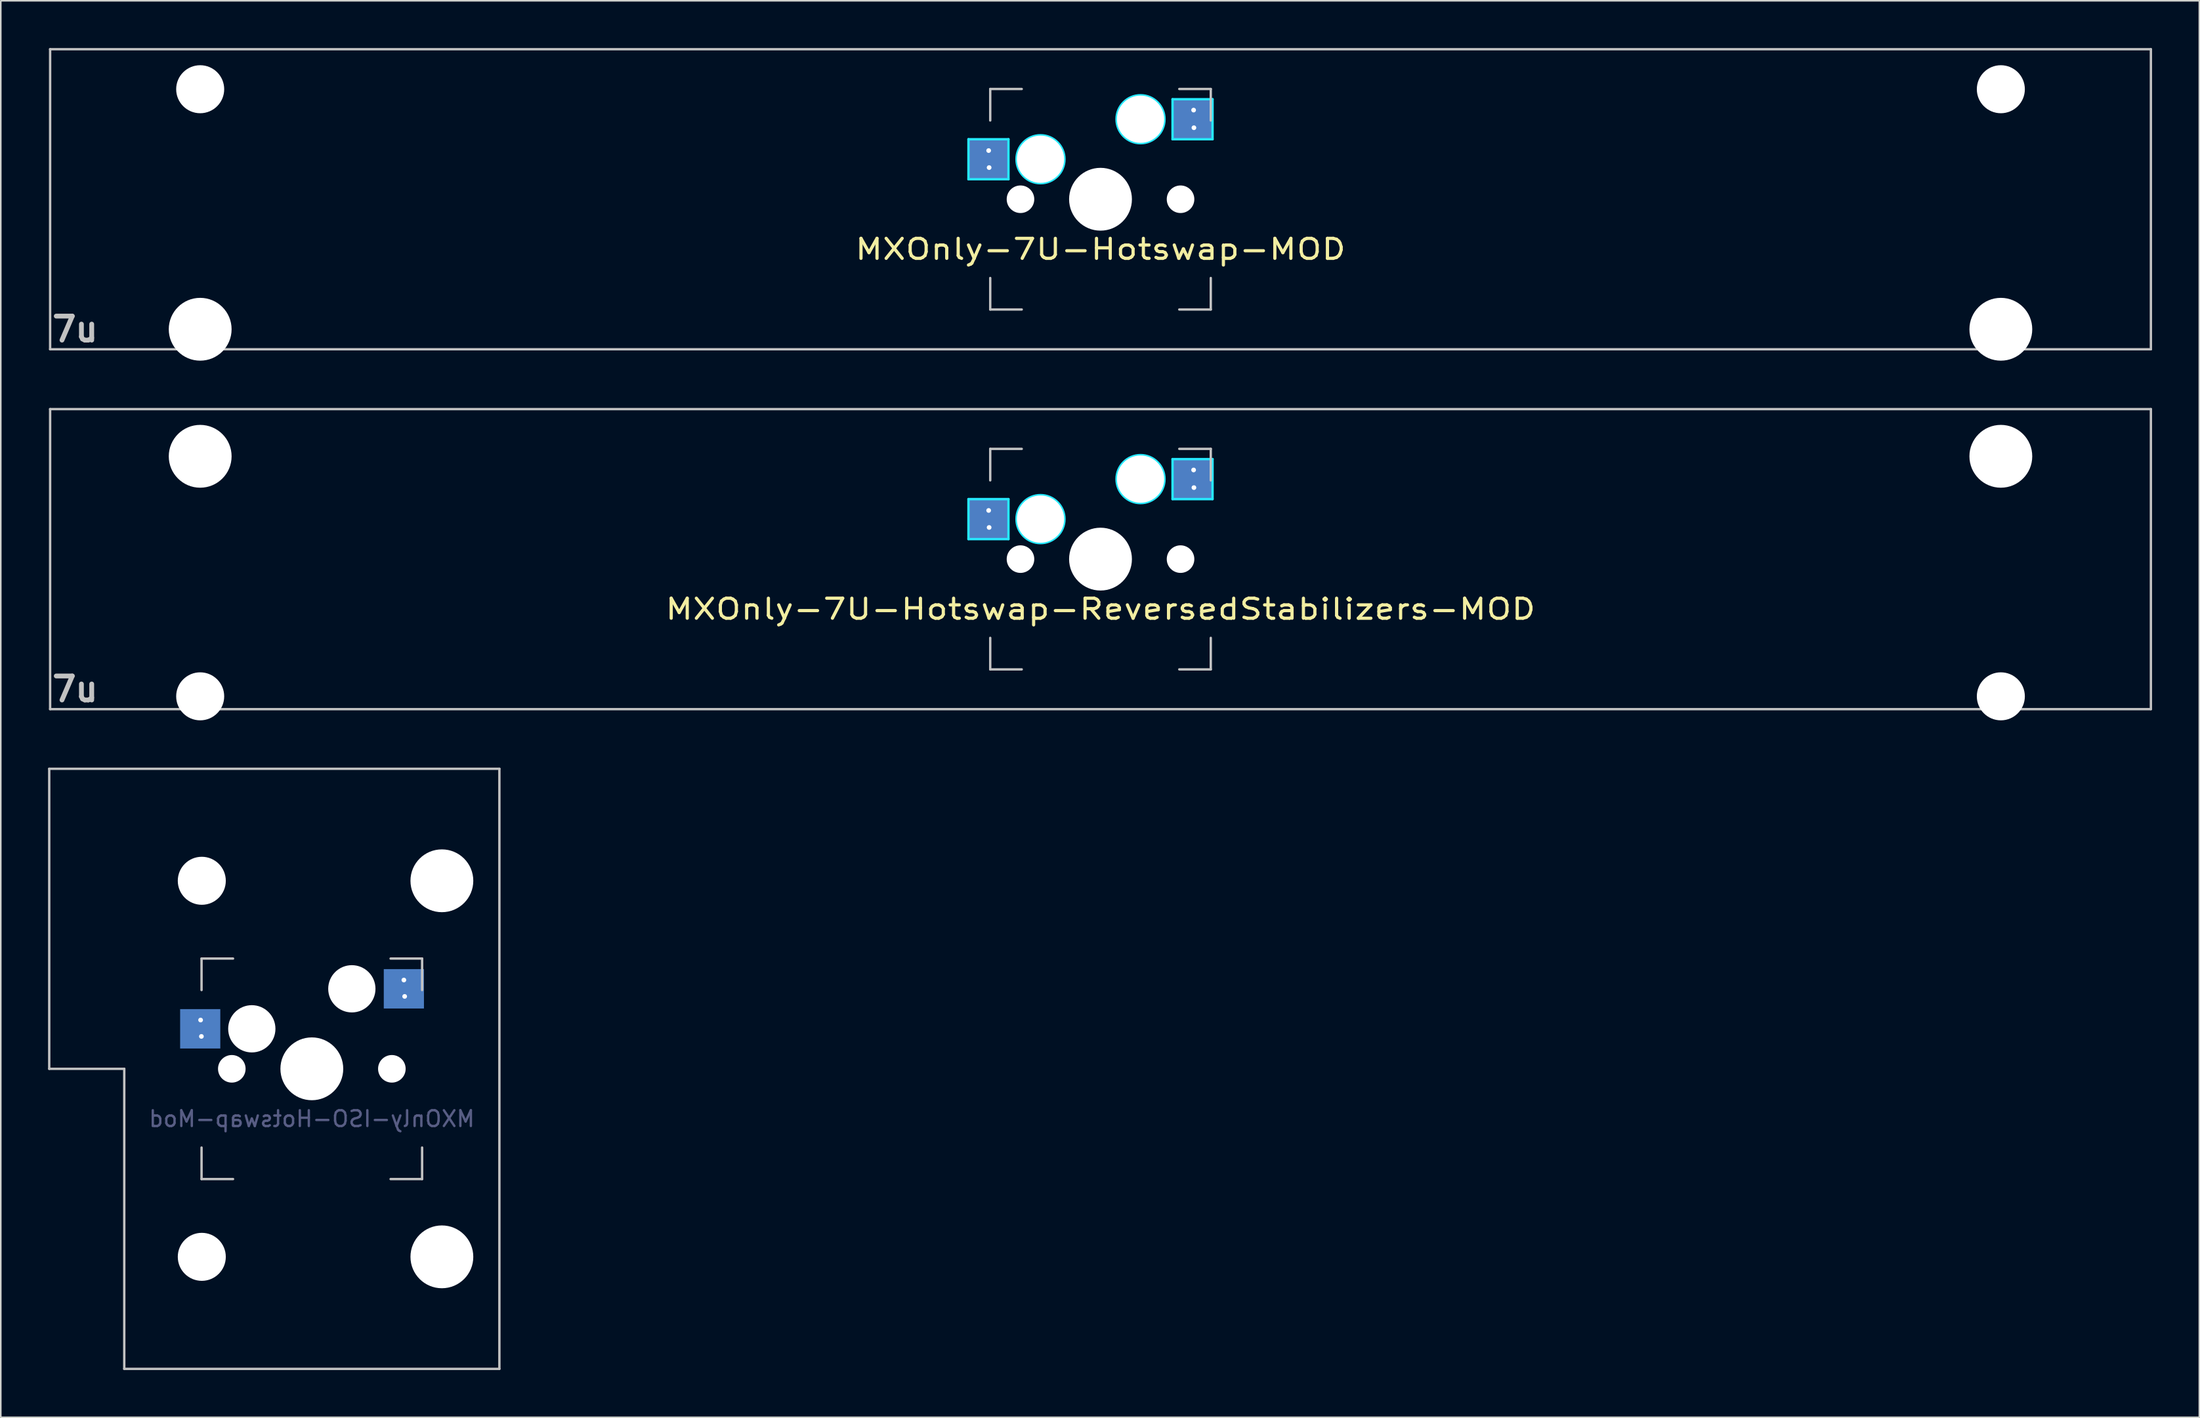
<source format=kicad_pcb>
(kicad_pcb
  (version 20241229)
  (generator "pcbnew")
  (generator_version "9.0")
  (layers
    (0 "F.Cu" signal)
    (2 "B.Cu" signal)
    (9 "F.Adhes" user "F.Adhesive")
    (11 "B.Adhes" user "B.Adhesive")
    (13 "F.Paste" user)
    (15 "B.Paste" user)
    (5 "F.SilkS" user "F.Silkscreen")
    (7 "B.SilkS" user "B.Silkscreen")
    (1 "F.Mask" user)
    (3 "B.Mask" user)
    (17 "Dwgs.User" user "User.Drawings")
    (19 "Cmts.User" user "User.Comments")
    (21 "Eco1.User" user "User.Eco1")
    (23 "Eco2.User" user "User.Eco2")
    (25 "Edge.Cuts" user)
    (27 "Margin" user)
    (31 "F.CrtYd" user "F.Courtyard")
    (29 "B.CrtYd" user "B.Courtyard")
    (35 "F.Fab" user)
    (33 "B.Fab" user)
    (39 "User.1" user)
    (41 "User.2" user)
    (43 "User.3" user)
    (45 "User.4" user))
  (footprint "MXOnly-7U-Hotswap-MOD"
    (layer "F.Cu")
    (at 66.807 9.6)
    (property "Reference" "MXOnly-7U-Hotswap-MOD" (at 0 3.175 0) (layer "F.SilkS") (effects (font (size 1.27 1.524) (thickness 0.203))))
    (attr smd)
    (fp_line (start -66.675 -9.525) (end 66.675 -9.525) (stroke (width 0.15) (type solid)) (layer "Dwgs.User"))
    (fp_line (start -66.675 9.525) (end -66.675 -9.525) (stroke (width 0.15) (type solid)) (layer "Dwgs.User"))
    (fp_line (start -7 -7) (end -7 -5) (stroke (width 0.15) (type solid)) (layer "Dwgs.User"))
    (fp_line (start -7 5) (end -7 7) (stroke (width 0.15) (type solid)) (layer "Dwgs.User"))
    (fp_line (start -7 7) (end -5 7) (stroke (width 0.15) (type solid)) (layer "Dwgs.User"))
    (fp_line (start -5 -7) (end -7 -7) (stroke (width 0.15) (type solid)) (layer "Dwgs.User"))
    (fp_line (start 5 -7) (end 7 -7) (stroke (width 0.15) (type solid)) (layer "Dwgs.User"))
    (fp_line (start 5 7) (end 7 7) (stroke (width 0.15) (type solid)) (layer "Dwgs.User"))
    (fp_line (start 7 -7) (end 7 -5) (stroke (width 0.15) (type solid)) (layer "Dwgs.User"))
    (fp_line (start 7 7) (end 7 5) (stroke (width 0.15) (type solid)) (layer "Dwgs.User"))
    (fp_line (start 66.675 -9.525) (end 66.675 9.525) (stroke (width 0.15) (type solid)) (layer "Dwgs.User"))
    (fp_line (start 66.675 9.525) (end -66.675 9.525) (stroke (width 0.15) (type solid)) (layer "Dwgs.User"))
    (fp_line (start -8.382 -3.81) (end -5.842 -3.81) (stroke (width 0.15) (type solid)) (layer "B.CrtYd"))
    (fp_line (start -8.382 -1.27) (end -8.382 -3.81) (stroke (width 0.15) (type solid)) (layer "B.CrtYd"))
    (fp_line (start -5.842 -3.81) (end -5.842 -1.27) (stroke (width 0.15) (type solid)) (layer "B.CrtYd"))
    (fp_line (start -5.842 -1.27) (end -8.382 -1.27) (stroke (width 0.15) (type solid)) (layer "B.CrtYd"))
    (fp_line (start 4.572 -6.35) (end 7.112 -6.35) (stroke (width 0.15) (type solid)) (layer "B.CrtYd"))
    (fp_line (start 4.572 -3.81) (end 4.572 -6.35) (stroke (width 0.15) (type solid)) (layer "B.CrtYd"))
    (fp_line (start 7.112 -6.35) (end 7.112 -3.81) (stroke (width 0.15) (type solid)) (layer "B.CrtYd"))
    (fp_line (start 7.112 -3.81) (end 4.572 -3.81) (stroke (width 0.15) (type solid)) (layer "B.CrtYd"))
    (fp_circle (center -3.81 -2.54) (end -3.81 -4.064) (stroke (width 0.15) (type solid)) (fill no) (layer "B.CrtYd"))
    (fp_circle (center 2.54 -5.08) (end 2.54 -6.604) (stroke (width 0.15) (type solid)) (fill no) (layer "B.CrtYd"))
    (fp_text user "7u" (at -65.088 8.255 0) (layer "Dwgs.User") (effects (font (size 1.524 1.524) (thickness 0.305))))
    (pad "" np_thru_hole circle (at -57.15 -6.985) (size 3.048 3.048) (drill 3.048) (layers "*.Cu" "*.Mask"))
    (pad "" np_thru_hole circle (at -57.15 8.255) (size 3.988 3.988) (drill 3.988) (layers "*.Cu" "*.Mask"))
    (pad "" np_thru_hole circle (at -5.08 0 48.1) (size 1.75 1.75) (drill 1.75) (layers "*.Cu" "*.Mask"))
    (pad "" np_thru_hole circle (at -3.81 -2.54) (size 3 3) (drill 3) (layers "*.Cu" "*.Mask"))
    (pad "" np_thru_hole circle (at 0 0) (size 3.988 3.988) (drill 3.988) (layers "*.Cu" "*.Mask"))
    (pad "" np_thru_hole circle (at 2.54 -5.08) (size 3 3) (drill 3) (layers "*.Cu" "*.Mask"))
    (pad "" np_thru_hole circle (at 5.08 0 48.1) (size 1.75 1.75) (drill 1.75) (layers "*.Cu" "*.Mask"))
    (pad "" np_thru_hole circle (at 57.15 -6.985) (size 3.048 3.048) (drill 3.048) (layers "*.Cu" "*.Mask"))
    (pad "" np_thru_hole circle (at 57.15 8.255) (size 3.988 3.988) (drill 3.988) (layers "*.Cu" "*.Mask"))
    (pad "1" thru_hole circle (at -7.1 -3.09) (size 0.6 0.6) (drill 0.3) (layers "*.Cu" "*.Mask"))
    (pad "1" smd rect (at -7.085 -2.54) (size 2.55 2.5) (layers "B.Cu" "B.Mask" "B.Paste"))
    (pad "1" thru_hole circle (at -7.07 -2.01) (size 0.6 0.6) (drill 0.3) (layers "*.Cu" "*.Mask"))
    (pad "2" smd rect (at 5.842 -5.08) (size 2.55 2.5) (layers "B.Cu" "B.Mask" "B.Paste"))
    (pad "2" thru_hole circle (at 5.91 -5.66) (size 0.6 0.6) (drill 0.3) (layers "*.Cu" "*.Mask"))
    (pad "2" thru_hole circle (at 5.93 -4.54) (size 0.6 0.6) (drill 0.3) (layers "*.Cu" "*.Mask")))
  (footprint "MXOnly-ISO-Hotswap-Mod"
    (layer "F.Cu")
    (at 16.744 64.81)
    (property "Reference" "MXOnly-ISO-Hotswap-Mod" (at 0 3.175 0) (layer "B.Fab") (effects (font (size 1 1) (thickness 0.15)) (justify mirror)))
    (attr through_hole)
    (fp_line (start -16.669 -19.05) (end -16.669 0) (stroke (width 0.15) (type solid)) (layer "Dwgs.User"))
    (fp_line (start -16.669 -19.05) (end 11.906 -19.05) (stroke (width 0.15) (type solid)) (layer "Dwgs.User"))
    (fp_line (start -11.906 0) (end -16.669 0) (stroke (width 0.15) (type solid)) (layer "Dwgs.User"))
    (fp_line (start -11.906 19.05) (end -11.906 0) (stroke (width 0.15) (type solid)) (layer "Dwgs.User"))
    (fp_line (start -11.906 19.05) (end 11.906 19.05) (stroke (width 0.15) (type solid)) (layer "Dwgs.User"))
    (fp_line (start -7 -7) (end -7 -5) (stroke (width 0.15) (type solid)) (layer "Dwgs.User"))
    (fp_line (start -7 5) (end -7 7) (stroke (width 0.15) (type solid)) (layer "Dwgs.User"))
    (fp_line (start -7 7) (end -5 7) (stroke (width 0.15) (type solid)) (layer "Dwgs.User"))
    (fp_line (start -5 -7) (end -7 -7) (stroke (width 0.15) (type solid)) (layer "Dwgs.User"))
    (fp_line (start 5 -7) (end 7 -7) (stroke (width 0.15) (type solid)) (layer "Dwgs.User"))
    (fp_line (start 5 7) (end 7 7) (stroke (width 0.15) (type solid)) (layer "Dwgs.User"))
    (fp_line (start 7 -7) (end 7 -5) (stroke (width 0.15) (type solid)) (layer "Dwgs.User"))
    (fp_line (start 7 7) (end 7 5) (stroke (width 0.15) (type solid)) (layer "Dwgs.User"))
    (fp_line (start 11.906 -19.05) (end 11.906 19.05) (stroke (width 0.15) (type solid)) (layer "Dwgs.User"))
    (pad "" np_thru_hole circle (at -6.985 -11.938) (size 3.048 3.048) (drill 3.048) (layers "*.Cu" "*.Mask"))
    (pad "" np_thru_hole circle (at -6.985 11.938) (size 3.048 3.048) (drill 3.048) (layers "*.Cu" "*.Mask"))
    (pad "" np_thru_hole circle (at -5.08 0 48.1) (size 1.75 1.75) (drill 1.75) (layers "*.Cu" "*.Mask"))
    (pad "" np_thru_hole circle (at -3.81 -2.54) (size 3 3) (drill 3) (layers "*.Cu" "*.Mask"))
    (pad "" np_thru_hole circle (at 0 0) (size 3.988 3.988) (drill 3.988) (layers "*.Cu" "*.Mask"))
    (pad "" np_thru_hole circle (at 2.54 -5.08) (size 3 3) (drill 3) (layers "*.Cu" "*.Mask"))
    (pad "" np_thru_hole circle (at 5.08 0 48.1) (size 1.75 1.75) (drill 1.75) (layers "*.Cu" "*.Mask"))
    (pad "" np_thru_hole circle (at 8.255 -11.938) (size 3.988 3.988) (drill 3.988) (layers "*.Cu" "*.Mask"))
    (pad "" np_thru_hole circle (at 8.255 11.938) (size 3.988 3.988) (drill 3.988) (layers "*.Cu" "*.Mask"))
    (pad "1" smd rect (at -7.085 -2.54) (size 2.55 2.5) (layers "B.Cu" "B.Mask" "B.Paste"))
    (pad "1" thru_hole circle (at -7.06 -3.097) (size 0.6 0.6) (drill 0.3) (layers "*.Cu" "*.Mask"))
    (pad "1" thru_hole circle (at -7.01 -2.057) (size 0.6 0.6) (drill 0.3) (layers "*.Cu" "*.Mask"))
    (pad "2" smd rect (at 5.842 -5.08) (size 2.55 2.5) (layers "B.Cu" "B.Mask" "B.Paste"))
    (pad "2" thru_hole circle (at 5.843 -5.637) (size 0.6 0.6) (drill 0.3) (layers "*.Cu" "*.Mask"))
    (pad "2" thru_hole circle (at 5.893 -4.597) (size 0.6 0.6) (drill 0.3) (layers "*.Cu" "*.Mask")))
  (footprint "MXOnly-7U-Hotswap-ReversedStabilizers-MOD"
    (layer "F.Cu")
    (at 66.807 32.449)
    (property "Reference" "MXOnly-7U-Hotswap-ReversedStabilizers-MOD" (at 0 3.175 0) (layer "F.SilkS") (effects (font (size 1.27 1.524) (thickness 0.203))))
    (attr smd)
    (fp_line (start -66.675 -9.525) (end 66.675 -9.525) (stroke (width 0.15) (type solid)) (layer "Dwgs.User"))
    (fp_line (start -66.675 9.525) (end -66.675 -9.525) (stroke (width 0.15) (type solid)) (layer "Dwgs.User"))
    (fp_line (start -7 -7) (end -7 -5) (stroke (width 0.15) (type solid)) (layer "Dwgs.User"))
    (fp_line (start -7 5) (end -7 7) (stroke (width 0.15) (type solid)) (layer "Dwgs.User"))
    (fp_line (start -7 7) (end -5 7) (stroke (width 0.15) (type solid)) (layer "Dwgs.User"))
    (fp_line (start -5 -7) (end -7 -7) (stroke (width 0.15) (type solid)) (layer "Dwgs.User"))
    (fp_line (start 5 -7) (end 7 -7) (stroke (width 0.15) (type solid)) (layer "Dwgs.User"))
    (fp_line (start 5 7) (end 7 7) (stroke (width 0.15) (type solid)) (layer "Dwgs.User"))
    (fp_line (start 7 -7) (end 7 -5) (stroke (width 0.15) (type solid)) (layer "Dwgs.User"))
    (fp_line (start 7 7) (end 7 5) (stroke (width 0.15) (type solid)) (layer "Dwgs.User"))
    (fp_line (start 66.675 -9.525) (end 66.675 9.525) (stroke (width 0.15) (type solid)) (layer "Dwgs.User"))
    (fp_line (start 66.675 9.525) (end -66.675 9.525) (stroke (width 0.15) (type solid)) (layer "Dwgs.User"))
    (fp_line (start -8.382 -3.81) (end -5.842 -3.81) (stroke (width 0.15) (type solid)) (layer "B.CrtYd"))
    (fp_line (start -8.382 -1.27) (end -8.382 -3.81) (stroke (width 0.15) (type solid)) (layer "B.CrtYd"))
    (fp_line (start -5.842 -3.81) (end -5.842 -1.27) (stroke (width 0.15) (type solid)) (layer "B.CrtYd"))
    (fp_line (start -5.842 -1.27) (end -8.382 -1.27) (stroke (width 0.15) (type solid)) (layer "B.CrtYd"))
    (fp_line (start 4.572 -6.35) (end 7.112 -6.35) (stroke (width 0.15) (type solid)) (layer "B.CrtYd"))
    (fp_line (start 4.572 -3.81) (end 4.572 -6.35) (stroke (width 0.15) (type solid)) (layer "B.CrtYd"))
    (fp_line (start 7.112 -6.35) (end 7.112 -3.81) (stroke (width 0.15) (type solid)) (layer "B.CrtYd"))
    (fp_line (start 7.112 -3.81) (end 4.572 -3.81) (stroke (width 0.15) (type solid)) (layer "B.CrtYd"))
    (fp_circle (center -3.81 -2.54) (end -3.81 -4.064) (stroke (width 0.15) (type solid)) (fill no) (layer "B.CrtYd"))
    (fp_circle (center 2.54 -5.08) (end 2.54 -6.604) (stroke (width 0.15) (type solid)) (fill no) (layer "B.CrtYd"))
    (fp_text user "7u" (at -65.088 8.255 0) (layer "Dwgs.User") (effects (font (size 1.524 1.524) (thickness 0.305))))
    (pad "" np_thru_hole circle (at -57.15 -6.528 180) (size 3.988 3.988) (drill 3.988) (layers "*.Cu" "*.Mask"))
    (pad "" np_thru_hole circle (at -57.15 8.712 180) (size 3.048 3.048) (drill 3.048) (layers "*.Cu" "*.Mask"))
    (pad "" np_thru_hole circle (at -5.08 0 48.1) (size 1.75 1.75) (drill 1.75) (layers "*.Cu" "*.Mask"))
    (pad "" np_thru_hole circle (at -3.81 -2.54) (size 3 3) (drill 3) (layers "*.Cu" "*.Mask"))
    (pad "" np_thru_hole circle (at 0 0) (size 3.988 3.988) (drill 3.988) (layers "*.Cu" "*.Mask"))
    (pad "" np_thru_hole circle (at 2.54 -5.08) (size 3 3) (drill 3) (layers "*.Cu" "*.Mask"))
    (pad "" np_thru_hole circle (at 5.08 0 48.1) (size 1.75 1.75) (drill 1.75) (layers "*.Cu" "*.Mask"))
    (pad "" np_thru_hole circle (at 57.15 -6.528 180) (size 3.988 3.988) (drill 3.988) (layers "*.Cu" "*.Mask"))
    (pad "" np_thru_hole circle (at 57.15 8.712 180) (size 3.048 3.048) (drill 3.048) (layers "*.Cu" "*.Mask"))
    (pad "1" thru_hole circle (at -7.1 -3.09) (size 0.6 0.6) (drill 0.3) (layers "*.Cu" "*.Mask"))
    (pad "1" smd rect (at -7.085 -2.54) (size 2.55 2.5) (layers "B.Cu" "B.Mask" "B.Paste"))
    (pad "1" thru_hole circle (at -7.07 -2.01) (size 0.6 0.6) (drill 0.3) (layers "*.Cu" "*.Mask"))
    (pad "2" smd rect (at 5.842 -5.08) (size 2.55 2.5) (layers "B.Cu" "B.Mask" "B.Paste"))
    (pad "2" thru_hole circle (at 5.91 -5.66) (size 0.6 0.6) (drill 0.3) (layers "*.Cu" "*.Mask"))
    (pad "2" thru_hole circle (at 5.93 -4.54) (size 0.6 0.6) (drill 0.3) (layers "*.Cu" "*.Mask")))
  (gr_rect
    (start -3 -3)
    (end 136.557 86.935)
    (stroke (width 0.1) (type default))
    (fill no)
    (layer "Edge.Cuts")))
</source>
